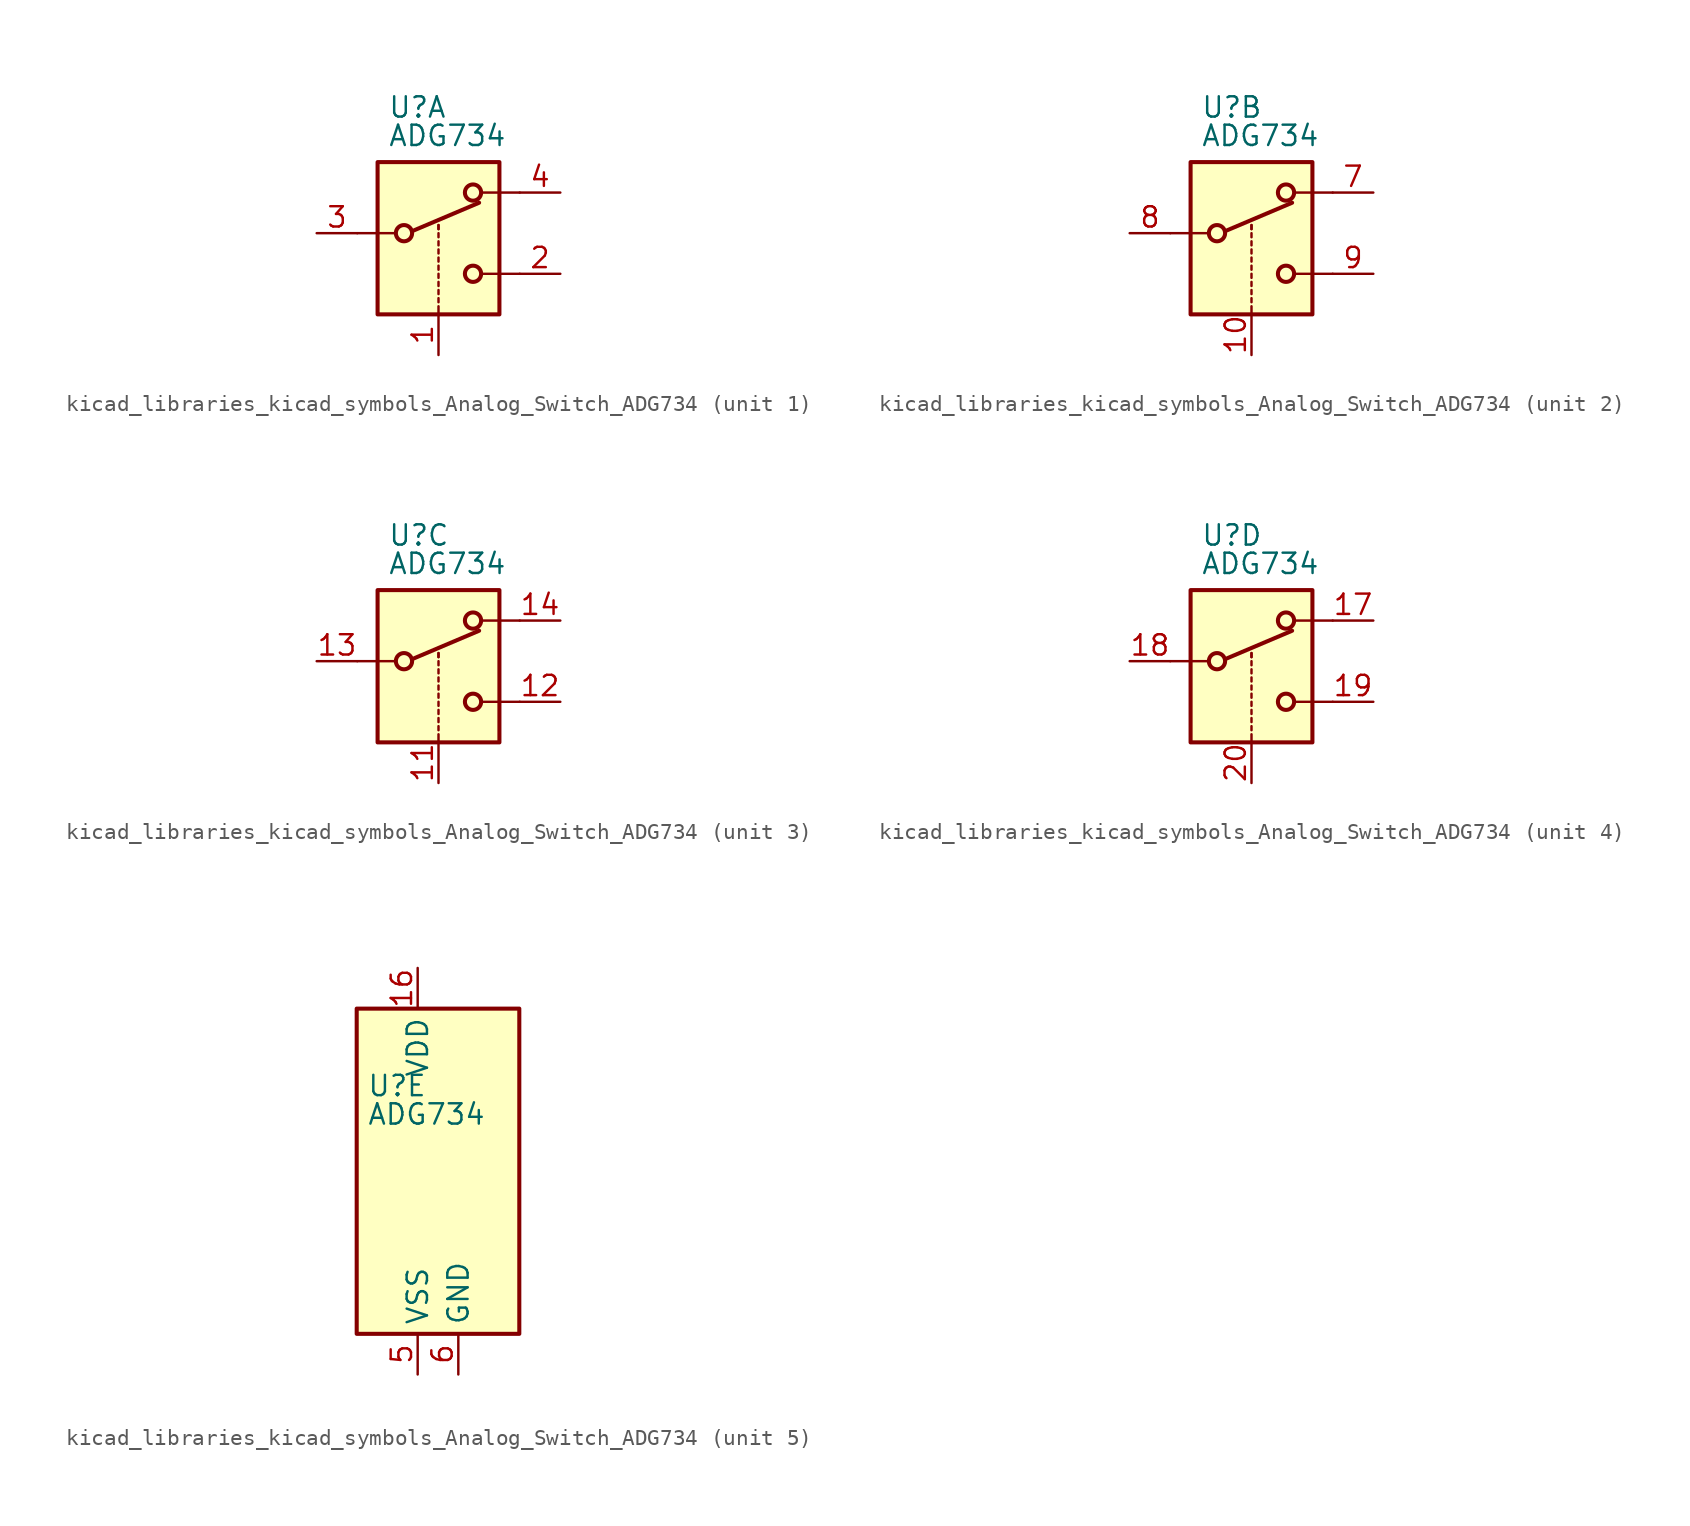
<source format=kicad_sym>
(kicad_symbol_lib
  (version 20220914)
  (generator kicad_symbol_editor)
  (symbol "kicad_libraries_kicad_symbols_Analog_Switch_ADG734"
    (property "Reference" "U"
      (at -3.175 5.334 0)
      (effects (font (size 1.27 1.27)) (justify left)))
    (property "Value" "ADG734"
      (at -3.175 3.556 0)
      (effects (font (size 1.27 1.27)) (justify left)))
    (symbol "kicad_libraries_kicad_symbols_Analog_Switch_ADG734_1_1"
      (rectangle (start -3.81 1.905) (end 3.81 -7.62) (stroke (width 0.254) (type default)) (fill (type background)))
      (circle (center -2.159 -2.54) (radius 0.508) (stroke (width 0.254) (type default)) (fill (type none)))
      (polyline (pts (xy -5.08 -2.54) (xy -2.794 -2.54)) (stroke (width 0) (type default)) (fill (type none)))
      (polyline (pts (xy -1.651 -2.413) (xy 2.54 -0.635)) (stroke (width 0.254) (type default)) (fill (type none)))
      (polyline (pts (xy 0 -7.62) (xy 0 -7.112)) (stroke (width 0) (type default)) (fill (type none)))
      (polyline (pts (xy 0 -6.858) (xy 0 -6.604)) (stroke (width 0) (type default)) (fill (type none)))
      (polyline (pts (xy 0 -6.35) (xy 0 -6.096)) (stroke (width 0) (type default)) (fill (type none)))
      (polyline (pts (xy 0 -5.842) (xy 0 -5.588)) (stroke (width 0) (type default)) (fill (type none)))
      (polyline (pts (xy 0 -5.334) (xy 0 -5.08)) (stroke (width 0) (type default)) (fill (type none)))
      (polyline (pts (xy 0 -4.826) (xy 0 -4.572)) (stroke (width 0) (type default)) (fill (type none)))
      (polyline (pts (xy 0 -4.318) (xy 0 -4.064)) (stroke (width 0) (type default)) (fill (type none)))
      (polyline (pts (xy 0 -3.81) (xy 0 -3.556)) (stroke (width 0) (type default)) (fill (type none)))
      (polyline (pts (xy 0 -3.302) (xy 0 -3.048)) (stroke (width 0) (type default)) (fill (type none)))
      (polyline (pts (xy 0 -2.794) (xy 0 -2.54)) (stroke (width 0) (type default)) (fill (type none)))
      (polyline (pts (xy 0 -2.286) (xy 0 -2.032)) (stroke (width 0) (type default)) (fill (type none)))
      (polyline (pts (xy 0 -2.286) (xy 0 -2.032)) (stroke (width 0) (type default)) (fill (type none)))
      (polyline (pts (xy 5.08 -5.08) (xy 2.794 -5.08)) (stroke (width 0) (type default)) (fill (type none)))
      (polyline (pts (xy 5.08 0) (xy 2.794 0)) (stroke (width 0) (type default)) (fill (type none)))
      (circle (center 2.159 -5.08) (radius 0.508) (stroke (width 0.254) (type default)) (fill (type none)))
      (circle (center 2.159 0) (radius 0.508) (stroke (width 0.254) (type default)) (fill (type none)))
      (pin input line (at 0 -10.16 90) (length 2.54) (name "~" (effects (font (size 1.27 1.27)))) (number "1" (effects (font (size 1.27 1.27)))))
      (pin passive line (at 7.62 -5.08 180) (length 2.54) (name "~" (effects (font (size 1.27 1.27)))) (number "2" (effects (font (size 1.27 1.27)))))
      (pin passive line (at -7.62 -2.54 0) (length 2.54) (name "~" (effects (font (size 1.27 1.27)))) (number "3" (effects (font (size 1.27 1.27)))))
      (pin passive line (at 7.62 0 180) (length 2.54) (name "~" (effects (font (size 1.27 1.27)))) (number "4" (effects (font (size 1.27 1.27))))))
    (symbol "kicad_libraries_kicad_symbols_Analog_Switch_ADG734_2_1"
      (rectangle (start -3.81 1.905) (end 3.81 -7.62) (stroke (width 0.254) (type default)) (fill (type background)))
      (circle (center -2.159 -2.54) (radius 0.508) (stroke (width 0.254) (type default)) (fill (type none)))
      (polyline (pts (xy -5.08 -2.54) (xy -2.794 -2.54)) (stroke (width 0) (type default)) (fill (type none)))
      (polyline (pts (xy -1.651 -2.413) (xy 2.54 -0.635)) (stroke (width 0.254) (type default)) (fill (type none)))
      (polyline (pts (xy 0 -7.62) (xy 0 -7.112)) (stroke (width 0) (type default)) (fill (type none)))
      (polyline (pts (xy 0 -6.858) (xy 0 -6.604)) (stroke (width 0) (type default)) (fill (type none)))
      (polyline (pts (xy 0 -6.35) (xy 0 -6.096)) (stroke (width 0) (type default)) (fill (type none)))
      (polyline (pts (xy 0 -5.842) (xy 0 -5.588)) (stroke (width 0) (type default)) (fill (type none)))
      (polyline (pts (xy 0 -5.334) (xy 0 -5.08)) (stroke (width 0) (type default)) (fill (type none)))
      (polyline (pts (xy 0 -4.826) (xy 0 -4.572)) (stroke (width 0) (type default)) (fill (type none)))
      (polyline (pts (xy 0 -4.318) (xy 0 -4.064)) (stroke (width 0) (type default)) (fill (type none)))
      (polyline (pts (xy 0 -3.81) (xy 0 -3.556)) (stroke (width 0) (type default)) (fill (type none)))
      (polyline (pts (xy 0 -3.302) (xy 0 -3.048)) (stroke (width 0) (type default)) (fill (type none)))
      (polyline (pts (xy 0 -2.794) (xy 0 -2.54)) (stroke (width 0) (type default)) (fill (type none)))
      (polyline (pts (xy 0 -2.286) (xy 0 -2.032)) (stroke (width 0) (type default)) (fill (type none)))
      (polyline (pts (xy 0 -2.286) (xy 0 -2.032)) (stroke (width 0) (type default)) (fill (type none)))
      (polyline (pts (xy 5.08 -5.08) (xy 2.794 -5.08)) (stroke (width 0) (type default)) (fill (type none)))
      (polyline (pts (xy 5.08 0) (xy 2.794 0)) (stroke (width 0) (type default)) (fill (type none)))
      (circle (center 2.159 -5.08) (radius 0.508) (stroke (width 0.254) (type default)) (fill (type none)))
      (circle (center 2.159 0) (radius 0.508) (stroke (width 0.254) (type default)) (fill (type none)))
      (pin input line (at 0 -10.16 90) (length 2.54) (name "~" (effects (font (size 1.27 1.27)))) (number "10" (effects (font (size 1.27 1.27)))))
      (pin passive line (at 7.62 0 180) (length 2.54) (name "~" (effects (font (size 1.27 1.27)))) (number "7" (effects (font (size 1.27 1.27)))))
      (pin passive line (at -7.62 -2.54 0) (length 2.54) (name "~" (effects (font (size 1.27 1.27)))) (number "8" (effects (font (size 1.27 1.27)))))
      (pin passive line (at 7.62 -5.08 180) (length 2.54) (name "~" (effects (font (size 1.27 1.27)))) (number "9" (effects (font (size 1.27 1.27))))))
    (symbol "kicad_libraries_kicad_symbols_Analog_Switch_ADG734_3_1"
      (rectangle (start -3.81 1.905) (end 3.81 -7.62) (stroke (width 0.254) (type default)) (fill (type background)))
      (circle (center -2.159 -2.54) (radius 0.508) (stroke (width 0.254) (type default)) (fill (type none)))
      (polyline (pts (xy -5.08 -2.54) (xy -2.794 -2.54)) (stroke (width 0) (type default)) (fill (type none)))
      (polyline (pts (xy -1.651 -2.413) (xy 2.54 -0.635)) (stroke (width 0.254) (type default)) (fill (type none)))
      (polyline (pts (xy 0 -7.62) (xy 0 -7.112)) (stroke (width 0) (type default)) (fill (type none)))
      (polyline (pts (xy 0 -6.858) (xy 0 -6.604)) (stroke (width 0) (type default)) (fill (type none)))
      (polyline (pts (xy 0 -6.35) (xy 0 -6.096)) (stroke (width 0) (type default)) (fill (type none)))
      (polyline (pts (xy 0 -5.842) (xy 0 -5.588)) (stroke (width 0) (type default)) (fill (type none)))
      (polyline (pts (xy 0 -5.334) (xy 0 -5.08)) (stroke (width 0) (type default)) (fill (type none)))
      (polyline (pts (xy 0 -4.826) (xy 0 -4.572)) (stroke (width 0) (type default)) (fill (type none)))
      (polyline (pts (xy 0 -4.318) (xy 0 -4.064)) (stroke (width 0) (type default)) (fill (type none)))
      (polyline (pts (xy 0 -3.81) (xy 0 -3.556)) (stroke (width 0) (type default)) (fill (type none)))
      (polyline (pts (xy 0 -3.302) (xy 0 -3.048)) (stroke (width 0) (type default)) (fill (type none)))
      (polyline (pts (xy 0 -2.794) (xy 0 -2.54)) (stroke (width 0) (type default)) (fill (type none)))
      (polyline (pts (xy 0 -2.286) (xy 0 -2.032)) (stroke (width 0) (type default)) (fill (type none)))
      (polyline (pts (xy 0 -2.286) (xy 0 -2.032)) (stroke (width 0) (type default)) (fill (type none)))
      (polyline (pts (xy 5.08 -5.08) (xy 2.794 -5.08)) (stroke (width 0) (type default)) (fill (type none)))
      (polyline (pts (xy 5.08 0) (xy 2.794 0)) (stroke (width 0) (type default)) (fill (type none)))
      (circle (center 2.159 -5.08) (radius 0.508) (stroke (width 0.254) (type default)) (fill (type none)))
      (circle (center 2.159 0) (radius 0.508) (stroke (width 0.254) (type default)) (fill (type none)))
      (pin input line (at 0 -10.16 90) (length 2.54) (name "~" (effects (font (size 1.27 1.27)))) (number "11" (effects (font (size 1.27 1.27)))))
      (pin passive line (at 7.62 -5.08 180) (length 2.54) (name "~" (effects (font (size 1.27 1.27)))) (number "12" (effects (font (size 1.27 1.27)))))
      (pin passive line (at -7.62 -2.54 0) (length 2.54) (name "~" (effects (font (size 1.27 1.27)))) (number "13" (effects (font (size 1.27 1.27)))))
      (pin passive line (at 7.62 0 180) (length 2.54) (name "~" (effects (font (size 1.27 1.27)))) (number "14" (effects (font (size 1.27 1.27))))))
    (symbol "kicad_libraries_kicad_symbols_Analog_Switch_ADG734_4_1"
      (rectangle (start -3.81 1.905) (end 3.81 -7.62) (stroke (width 0.254) (type default)) (fill (type background)))
      (circle (center -2.159 -2.54) (radius 0.508) (stroke (width 0.254) (type default)) (fill (type none)))
      (polyline (pts (xy -5.08 -2.54) (xy -2.794 -2.54)) (stroke (width 0) (type default)) (fill (type none)))
      (polyline (pts (xy -1.651 -2.413) (xy 2.54 -0.635)) (stroke (width 0.254) (type default)) (fill (type none)))
      (polyline (pts (xy 0 -7.62) (xy 0 -7.112)) (stroke (width 0) (type default)) (fill (type none)))
      (polyline (pts (xy 0 -6.858) (xy 0 -6.604)) (stroke (width 0) (type default)) (fill (type none)))
      (polyline (pts (xy 0 -6.35) (xy 0 -6.096)) (stroke (width 0) (type default)) (fill (type none)))
      (polyline (pts (xy 0 -5.842) (xy 0 -5.588)) (stroke (width 0) (type default)) (fill (type none)))
      (polyline (pts (xy 0 -5.334) (xy 0 -5.08)) (stroke (width 0) (type default)) (fill (type none)))
      (polyline (pts (xy 0 -4.826) (xy 0 -4.572)) (stroke (width 0) (type default)) (fill (type none)))
      (polyline (pts (xy 0 -4.318) (xy 0 -4.064)) (stroke (width 0) (type default)) (fill (type none)))
      (polyline (pts (xy 0 -3.81) (xy 0 -3.556)) (stroke (width 0) (type default)) (fill (type none)))
      (polyline (pts (xy 0 -3.302) (xy 0 -3.048)) (stroke (width 0) (type default)) (fill (type none)))
      (polyline (pts (xy 0 -2.794) (xy 0 -2.54)) (stroke (width 0) (type default)) (fill (type none)))
      (polyline (pts (xy 0 -2.286) (xy 0 -2.032)) (stroke (width 0) (type default)) (fill (type none)))
      (polyline (pts (xy 0 -2.286) (xy 0 -2.032)) (stroke (width 0) (type default)) (fill (type none)))
      (polyline (pts (xy 5.08 -5.08) (xy 2.794 -5.08)) (stroke (width 0) (type default)) (fill (type none)))
      (polyline (pts (xy 5.08 0) (xy 2.794 0)) (stroke (width 0) (type default)) (fill (type none)))
      (circle (center 2.159 -5.08) (radius 0.508) (stroke (width 0.254) (type default)) (fill (type none)))
      (circle (center 2.159 0) (radius 0.508) (stroke (width 0.254) (type default)) (fill (type none)))
      (pin passive line (at 7.62 0 180) (length 2.54) (name "~" (effects (font (size 1.27 1.27)))) (number "17" (effects (font (size 1.27 1.27)))))
      (pin passive line (at -7.62 -2.54 0) (length 2.54) (name "~" (effects (font (size 1.27 1.27)))) (number "18" (effects (font (size 1.27 1.27)))))
      (pin passive line (at 7.62 -5.08 180) (length 2.54) (name "~" (effects (font (size 1.27 1.27)))) (number "19" (effects (font (size 1.27 1.27)))))
      (pin input line (at 0 -10.16 90) (length 2.54) (name "~" (effects (font (size 1.27 1.27)))) (number "20" (effects (font (size 1.27 1.27))))))
    (symbol "kicad_libraries_kicad_symbols_Analog_Switch_ADG734_5_0"
      (pin no_connect line (at 2.54 10.16 270) (length 2.54) hide (name "NC" (effects (font (size 1.27 1.27)))) (number "15" (effects (font (size 1.27 1.27)))))
      (pin power_in line (at 0 12.7 270) (length 2.54) (name "VDD" (effects (font (size 1.27 1.27)))) (number "16" (effects (font (size 1.27 1.27)))))
      (pin power_in line (at 0 -12.7 90) (length 2.54) (name "VSS" (effects (font (size 1.27 1.27)))) (number "5" (effects (font (size 1.27 1.27)))))
      (pin power_in line (at 2.54 -12.7 90) (length 2.54) (name "GND" (effects (font (size 1.27 1.27)))) (number "6" (effects (font (size 1.27 1.27))))))
    (symbol "kicad_libraries_kicad_symbols_Analog_Switch_ADG734_5_1"
      (rectangle (start -3.81 10.16) (end 6.35 -10.16) (stroke (width 0.254) (type default)) (fill (type background))))))
</source>
